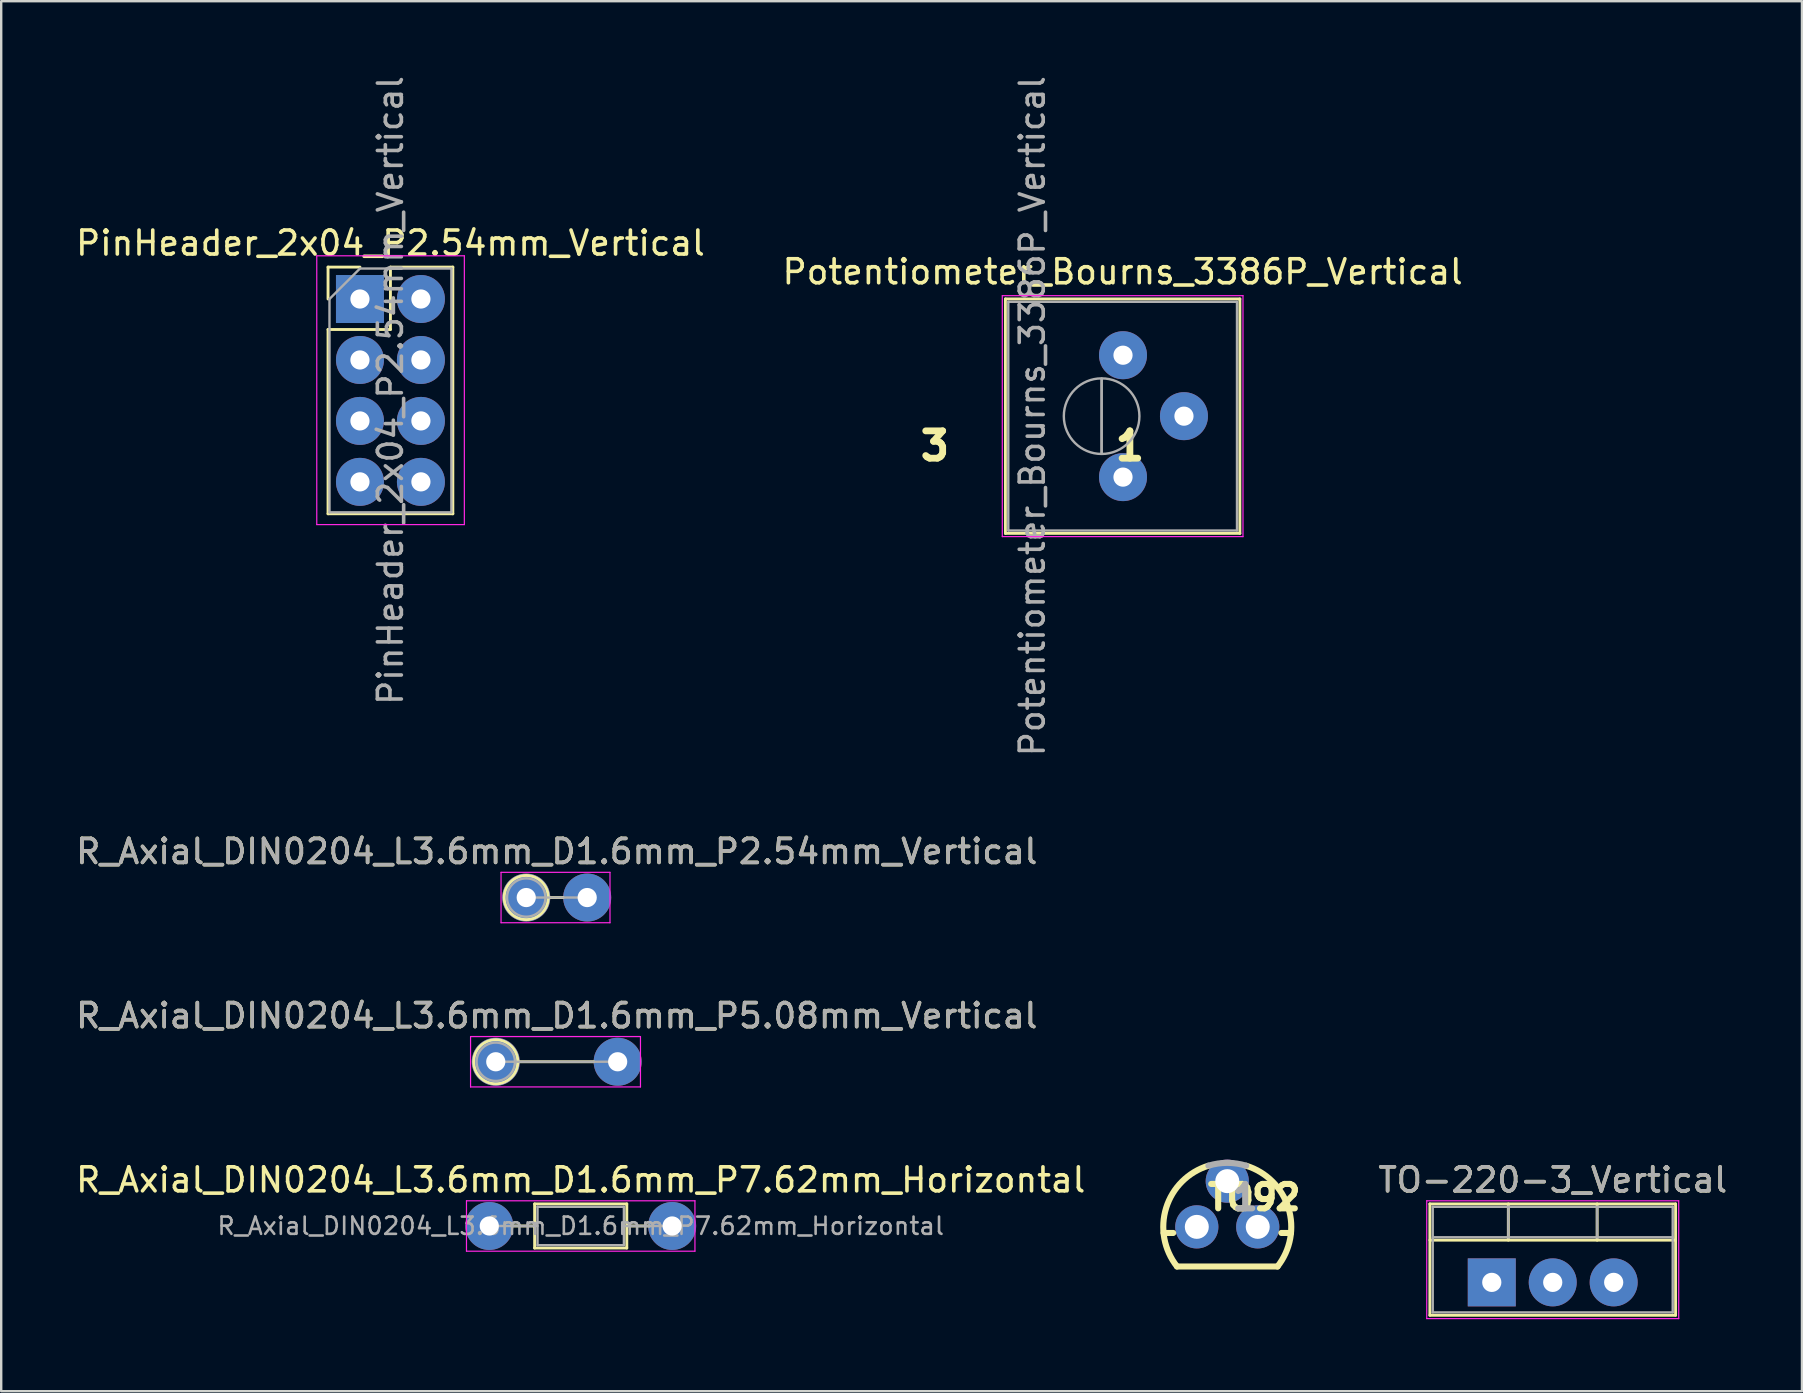
<source format=kicad_pcb>
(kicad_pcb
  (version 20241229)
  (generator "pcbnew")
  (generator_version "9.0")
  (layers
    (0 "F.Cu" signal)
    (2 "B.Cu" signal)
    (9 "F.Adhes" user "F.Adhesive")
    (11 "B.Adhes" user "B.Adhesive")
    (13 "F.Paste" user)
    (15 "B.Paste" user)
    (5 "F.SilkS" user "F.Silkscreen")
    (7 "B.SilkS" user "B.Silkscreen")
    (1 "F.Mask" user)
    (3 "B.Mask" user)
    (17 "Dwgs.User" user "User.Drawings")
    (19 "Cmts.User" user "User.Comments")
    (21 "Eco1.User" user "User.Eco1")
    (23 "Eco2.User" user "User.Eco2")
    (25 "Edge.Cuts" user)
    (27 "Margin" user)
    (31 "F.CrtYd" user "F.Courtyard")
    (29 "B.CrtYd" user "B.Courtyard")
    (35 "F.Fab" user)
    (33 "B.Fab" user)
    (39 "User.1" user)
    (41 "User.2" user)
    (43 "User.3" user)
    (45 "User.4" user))
  (footprint "R_Axial_DIN0204_L3.6mm_D1.6mm_P5.08mm_Vertical"
    (layer "F.Cu")
    (at 17.609 41.195)
    (property "Reference" "R_Axial_DIN0204_L3.6mm_D1.6mm_P5.08mm_Vertical" (at 2.54 -1.92 0) (layer "F.SilkS") (effects (font (size 1 1) (thickness 0.15))))
    (attr through_hole)
    (fp_line (start 0.92 0) (end 4.08 0) (stroke (width 0.12) (type solid)) (layer "F.SilkS"))
    (fp_circle (center 0 0) (end 0.92 0) (stroke (width 0.12) (type solid)) (fill no) (layer "F.SilkS"))
    (fp_line (start -1.05 -1.05) (end -1.05 1.05) (stroke (width 0.05) (type solid)) (layer "F.CrtYd"))
    (fp_line (start -1.05 1.05) (end 6.03 1.05) (stroke (width 0.05) (type solid)) (layer "F.CrtYd"))
    (fp_line (start 6.03 -1.05) (end -1.05 -1.05) (stroke (width 0.05) (type solid)) (layer "F.CrtYd"))
    (fp_line (start 6.03 1.05) (end 6.03 -1.05) (stroke (width 0.05) (type solid)) (layer "F.CrtYd"))
    (fp_line (start 0 0) (end 5.08 0) (stroke (width 0.1) (type solid)) (layer "F.Fab"))
    (fp_circle (center 0 0) (end 0.8 0) (stroke (width 0.1) (type solid)) (fill no) (layer "F.Fab"))
    (fp_text user "${REFERENCE}" (at 2.54 -1.92 0) (layer "F.Fab") (effects (font (size 1 1) (thickness 0.15))))
    (pad "1" thru_hole circle (at 0 0) (size 2 2) (drill 0.8) (layers "*.Cu" "*.Mask"))
    (pad "2" thru_hole circle (at 5.08 0) (size 2 2) (drill 0.8) (layers "*.Cu" "*.Mask")))
  (footprint "R_Axial_DIN0204_L3.6mm_D1.6mm_P7.62mm_Horizontal"
    (layer "F.Cu")
    (at 17.339 48.038)
    (property "Reference" "R_Axial_DIN0204_L3.6mm_D1.6mm_P7.62mm_Horizontal" (at 3.81 -1.92 0) (layer "F.SilkS") (effects (font (size 1 1) (thickness 0.15))))
    (attr through_hole)
    (fp_line (start 0.94 0) (end 1.89 0) (stroke (width 0.12) (type solid)) (layer "F.SilkS"))
    (fp_line (start 1.89 -0.92) (end 1.89 0.92) (stroke (width 0.12) (type solid)) (layer "F.SilkS"))
    (fp_line (start 1.89 0.92) (end 5.73 0.92) (stroke (width 0.12) (type solid)) (layer "F.SilkS"))
    (fp_line (start 5.73 -0.92) (end 1.89 -0.92) (stroke (width 0.12) (type solid)) (layer "F.SilkS"))
    (fp_line (start 5.73 0.92) (end 5.73 -0.92) (stroke (width 0.12) (type solid)) (layer "F.SilkS"))
    (fp_line (start 6.68 0) (end 5.73 0) (stroke (width 0.12) (type solid)) (layer "F.SilkS"))
    (fp_line (start -0.95 -1.05) (end -0.95 1.05) (stroke (width 0.05) (type solid)) (layer "F.CrtYd"))
    (fp_line (start -0.95 1.05) (end 8.57 1.05) (stroke (width 0.05) (type solid)) (layer "F.CrtYd"))
    (fp_line (start 8.57 -1.05) (end -0.95 -1.05) (stroke (width 0.05) (type solid)) (layer "F.CrtYd"))
    (fp_line (start 8.57 1.05) (end 8.57 -1.05) (stroke (width 0.05) (type solid)) (layer "F.CrtYd"))
    (fp_line (start 0 0) (end 2.01 0) (stroke (width 0.1) (type solid)) (layer "F.Fab"))
    (fp_line (start 2.01 -0.8) (end 2.01 0.8) (stroke (width 0.1) (type solid)) (layer "F.Fab"))
    (fp_line (start 2.01 0.8) (end 5.61 0.8) (stroke (width 0.1) (type solid)) (layer "F.Fab"))
    (fp_line (start 5.61 -0.8) (end 2.01 -0.8) (stroke (width 0.1) (type solid)) (layer "F.Fab"))
    (fp_line (start 5.61 0.8) (end 5.61 -0.8) (stroke (width 0.1) (type solid)) (layer "F.Fab"))
    (fp_line (start 7.62 0) (end 5.61 0) (stroke (width 0.1) (type solid)) (layer "F.Fab"))
    (fp_text user "${REFERENCE}" (at 3.81 0 0) (layer "F.Fab") (effects (font (size 0.72 0.72) (thickness 0.108))))
    (pad "1" thru_hole circle (at 0 0) (size 2 2) (drill 0.8) (layers "*.Cu" "*.Mask"))
    (pad "2" thru_hole circle (at 7.62 0) (size 2 2) (drill 0.8) (layers "*.Cu" "*.Mask")))
  (footprint "TO-220-3_Vertical"
    (layer "F.Cu")
    (at 59.114 50.388)
    (property "Reference" "TO-220-3_Vertical" (at 2.54 -4.27 0) (layer "F.SilkS") (effects (font (size 1 1) (thickness 0.15))))
    (attr through_hole)
    (fp_line (start -2.58 -3.27) (end -2.58 1.371) (stroke (width 0.12) (type solid)) (layer "F.SilkS"))
    (fp_line (start -2.58 -3.27) (end 7.66 -3.27) (stroke (width 0.12) (type solid)) (layer "F.SilkS"))
    (fp_line (start -2.58 -1.76) (end 7.66 -1.76) (stroke (width 0.12) (type solid)) (layer "F.SilkS"))
    (fp_line (start -2.58 1.371) (end 7.66 1.371) (stroke (width 0.12) (type solid)) (layer "F.SilkS"))
    (fp_line (start 0.69 -3.27) (end 0.69 -1.76) (stroke (width 0.12) (type solid)) (layer "F.SilkS"))
    (fp_line (start 4.391 -3.27) (end 4.391 -1.76) (stroke (width 0.12) (type solid)) (layer "F.SilkS"))
    (fp_line (start 7.66 -3.27) (end 7.66 1.371) (stroke (width 0.12) (type solid)) (layer "F.SilkS"))
    (fp_line (start -2.71 -3.4) (end -2.71 1.51) (stroke (width 0.05) (type solid)) (layer "F.CrtYd"))
    (fp_line (start -2.71 1.51) (end 7.79 1.51) (stroke (width 0.05) (type solid)) (layer "F.CrtYd"))
    (fp_line (start 7.79 -3.4) (end -2.71 -3.4) (stroke (width 0.05) (type solid)) (layer "F.CrtYd"))
    (fp_line (start 7.79 1.51) (end 7.79 -3.4) (stroke (width 0.05) (type solid)) (layer "F.CrtYd"))
    (fp_line (start -2.46 -3.15) (end -2.46 1.25) (stroke (width 0.1) (type solid)) (layer "F.Fab"))
    (fp_line (start -2.46 -1.88) (end 7.54 -1.88) (stroke (width 0.1) (type solid)) (layer "F.Fab"))
    (fp_line (start -2.46 1.25) (end 7.54 1.25) (stroke (width 0.1) (type solid)) (layer "F.Fab"))
    (fp_line (start 0.69 -3.15) (end 0.69 -1.88) (stroke (width 0.1) (type solid)) (layer "F.Fab"))
    (fp_line (start 4.39 -3.15) (end 4.39 -1.88) (stroke (width 0.1) (type solid)) (layer "F.Fab"))
    (fp_line (start 7.54 -3.15) (end -2.46 -3.15) (stroke (width 0.1) (type solid)) (layer "F.Fab"))
    (fp_line (start 7.54 1.25) (end 7.54 -3.15) (stroke (width 0.1) (type solid)) (layer "F.Fab"))
    (fp_text user "${REFERENCE}" (at 2.54 -4.27 0) (layer "F.Fab") (effects (font (size 1 1) (thickness 0.15))))
    (pad "1" thru_hole rect (at 0 0) (size 2 2) (drill 0.8) (layers "*.Cu" "*.Mask"))
    (pad "2" thru_hole circle (at 2.54 0) (size 2 2) (drill 0.8) (layers "*.Cu" "*.Mask"))
    (pad "3" thru_hole circle (at 5.08 0) (size 2 2) (drill 0.8) (layers "*.Cu" "*.Mask")))
  (footprint "Potentiometer_Bourns_3386P_Vertical"
    (layer "F.Cu")
    (at 43.747 16.832)
    (property "Reference" "Potentiometer_Bourns_3386P_Vertical" (at -0.015 -8.555 0) (layer "F.SilkS") (effects (font (size 1 1) (thickness 0.15))))
    (attr through_hole)
    (fp_line (start -4.9 -7.425) (end -4.9 2.345) (stroke (width 0.12) (type solid)) (layer "F.SilkS"))
    (fp_line (start -4.9 -7.425) (end 4.87 -7.425) (stroke (width 0.12) (type solid)) (layer "F.SilkS"))
    (fp_line (start -4.9 2.345) (end 4.87 2.345) (stroke (width 0.12) (type solid)) (layer "F.SilkS"))
    (fp_line (start 4.87 -7.425) (end 4.87 2.345) (stroke (width 0.12) (type solid)) (layer "F.SilkS"))
    (fp_line (start -5.03 -7.56) (end -5.03 2.48) (stroke (width 0.05) (type solid)) (layer "F.CrtYd"))
    (fp_line (start -5.03 2.48) (end 5 2.48) (stroke (width 0.05) (type solid)) (layer "F.CrtYd"))
    (fp_line (start 5 -7.56) (end -5.03 -7.56) (stroke (width 0.05) (type solid)) (layer "F.CrtYd"))
    (fp_line (start 5 2.48) (end 5 -7.56) (stroke (width 0.05) (type solid)) (layer "F.CrtYd"))
    (fp_line (start -4.78 -7.305) (end -4.78 2.225) (stroke (width 0.1) (type solid)) (layer "F.Fab"))
    (fp_line (start -4.78 2.225) (end 4.75 2.225) (stroke (width 0.1) (type solid)) (layer "F.Fab"))
    (fp_line (start -0.891 -0.98) (end -0.89 -4.099) (stroke (width 0.1) (type solid)) (layer "F.Fab"))
    (fp_line (start -0.891 -0.98) (end -0.89 -4.099) (stroke (width 0.1) (type solid)) (layer "F.Fab"))
    (fp_line (start 4.75 -7.305) (end -4.78 -7.305) (stroke (width 0.1) (type solid)) (layer "F.Fab"))
    (fp_line (start 4.75 2.225) (end 4.75 -7.305) (stroke (width 0.1) (type solid)) (layer "F.Fab"))
    (fp_circle (center -0.891 -2.54) (end 0.684 -2.54) (stroke (width 0.1) (type solid)) (fill no) (layer "F.Fab"))
    (fp_text user "3" (at -7.112 -0.635 180) (layer "F.SilkS") (effects (font (size 1.138 1.138) (thickness 0.284)) (justify right bottom)))
    (fp_text user "1" (at 1.016 -0.635 180) (layer "F.SilkS") (effects (font (size 1.138 1.138) (thickness 0.284)) (justify right bottom)))
    (fp_text user "${REFERENCE}" (at -3.78 -2.54 90) (layer "F.Fab") (effects (font (size 1 1) (thickness 0.15))))
    (pad "1" thru_hole circle (at 0 0) (size 2 2) (drill 0.8) (layers "*.Cu" "*.Mask"))
    (pad "2" thru_hole circle (at 2.54 -2.54) (size 2 2) (drill 0.8) (layers "*.Cu" "*.Mask"))
    (pad "3" thru_hole circle (at 0 -5.08) (size 2 2) (drill 0.8) (layers "*.Cu" "*.Mask")))
  (footprint "TO92"
    (layer "F.Cu")
    (at 48.092 48.075)
    (property "Reference" "TO92" (at 3.175 -0.635 180) (layer "F.SilkS") (effects (font (size 1.016 1.016) (thickness 0.254)) (justify right bottom)))
    (fp_line (start -2.655 0.254) (end -2.254 0.254) (stroke (width 0.254) (type solid)) (layer "F.SilkS"))
    (fp_line (start -2.095 1.651) (end 2.095 1.651) (stroke (width 0.254) (type solid)) (layer "F.SilkS"))
    (fp_line (start 2.254 0.254) (end 2.655 0.254) (stroke (width 0.254) (type solid)) (layer "F.SilkS"))
    (fp_arc (start -2.0946 1.651) (mid -2.54634 -0.793276) (end -0.786301 -2.548501) (stroke (width 0.254) (type solid)) (layer "F.SilkS"))
    (fp_arc (start 0.7863 -2.5484) (mid 2.54627 -0.793202) (end 2.0945 1.650999) (stroke (width 0.254) (type solid)) (layer "F.SilkS"))
    (fp_arc (start -0.7863 -2.5485) (mid 0 -2.667043) (end 0.7863 -2.5485) (stroke (width 0.254) (type solid)) (layer "F.Fab"))
    (fp_text user "1" (at 1.397 -0.635 180) (layer "F.Fab") (effects (font (size 1.016 1.016) (thickness 0.254)) (justify right bottom)))
    (pad "1" thru_hole circle (at 1.27 0) (size 1.8 1.8) (drill 1) (layers "*.Cu" "*.Mask"))
    (pad "2" thru_hole circle (at 0 -1.905) (size 1.8 1.8) (drill 1) (layers "*.Cu" "*.Mask"))
    (pad "3" thru_hole circle (at -1.27 0) (size 1.8 1.8) (drill 1) (layers "*.Cu" "*.Mask")))
  (footprint "PinHeader_2x04_P2.54mm_Vertical"
    (layer "F.Cu")
    (at 11.95 9.41)
    (property "Reference" "PinHeader_2x04_P2.54mm_Vertical" (at 1.27 -2.33 0) (layer "F.SilkS") (effects (font (size 1 1) (thickness 0.15))))
    (attr through_hole)
    (fp_line (start -1.33 -1.33) (end 0 -1.33) (stroke (width 0.12) (type solid)) (layer "F.SilkS"))
    (fp_line (start -1.33 0) (end -1.33 -1.33) (stroke (width 0.12) (type solid)) (layer "F.SilkS"))
    (fp_line (start -1.33 1.27) (end -1.33 8.95) (stroke (width 0.12) (type solid)) (layer "F.SilkS"))
    (fp_line (start -1.33 1.27) (end 1.27 1.27) (stroke (width 0.12) (type solid)) (layer "F.SilkS"))
    (fp_line (start -1.33 8.95) (end 3.87 8.95) (stroke (width 0.12) (type solid)) (layer "F.SilkS"))
    (fp_line (start 1.27 -1.33) (end 3.87 -1.33) (stroke (width 0.12) (type solid)) (layer "F.SilkS"))
    (fp_line (start 1.27 1.27) (end 1.27 -1.33) (stroke (width 0.12) (type solid)) (layer "F.SilkS"))
    (fp_line (start 3.87 -1.33) (end 3.87 8.95) (stroke (width 0.12) (type solid)) (layer "F.SilkS"))
    (fp_line (start -1.8 -1.8) (end -1.8 9.4) (stroke (width 0.05) (type solid)) (layer "F.CrtYd"))
    (fp_line (start -1.8 9.4) (end 4.35 9.4) (stroke (width 0.05) (type solid)) (layer "F.CrtYd"))
    (fp_line (start 4.35 -1.8) (end -1.8 -1.8) (stroke (width 0.05) (type solid)) (layer "F.CrtYd"))
    (fp_line (start 4.35 9.4) (end 4.35 -1.8) (stroke (width 0.05) (type solid)) (layer "F.CrtYd"))
    (fp_line (start -1.27 0) (end 0 -1.27) (stroke (width 0.1) (type solid)) (layer "F.Fab"))
    (fp_line (start -1.27 8.89) (end -1.27 0) (stroke (width 0.1) (type solid)) (layer "F.Fab"))
    (fp_line (start 0 -1.27) (end 3.81 -1.27) (stroke (width 0.1) (type solid)) (layer "F.Fab"))
    (fp_line (start 3.81 -1.27) (end 3.81 8.89) (stroke (width 0.1) (type solid)) (layer "F.Fab"))
    (fp_line (start 3.81 8.89) (end -1.27 8.89) (stroke (width 0.1) (type solid)) (layer "F.Fab"))
    (fp_text user "${REFERENCE}" (at 1.27 3.81 90) (layer "F.Fab") (effects (font (size 1 1) (thickness 0.15))))
    (pad "1" thru_hole rect (at 0 0) (size 2 2) (drill 0.8) (layers "*.Cu" "*.Mask"))
    (pad "2" thru_hole circle (at 2.54 0) (size 2 2) (drill 0.8) (layers "*.Cu" "*.Mask"))
    (pad "3" thru_hole circle (at 0 2.54) (size 2 2) (drill 0.8) (layers "*.Cu" "*.Mask"))
    (pad "4" thru_hole circle (at 2.54 2.54) (size 2 2) (drill 0.8) (layers "*.Cu" "*.Mask"))
    (pad "5" thru_hole circle (at 0 5.08) (size 2 2) (drill 0.8) (layers "*.Cu" "*.Mask"))
    (pad "6" thru_hole circle (at 2.54 5.08) (size 2 2) (drill 0.8) (layers "*.Cu" "*.Mask"))
    (pad "7" thru_hole circle (at 0 7.62) (size 2 2) (drill 0.8) (layers "*.Cu" "*.Mask"))
    (pad "8" thru_hole circle (at 2.54 7.62) (size 2 2) (drill 0.8) (layers "*.Cu" "*.Mask")))
  (footprint "R_Axial_DIN0204_L3.6mm_D1.6mm_P2.54mm_Vertical"
    (layer "F.Cu")
    (at 18.879 34.352)
    (property "Reference" "R_Axial_DIN0204_L3.6mm_D1.6mm_P2.54mm_Vertical" (at 1.27 -1.92 0) (layer "F.SilkS") (effects (font (size 1 1) (thickness 0.15))))
    (attr through_hole)
    (fp_line (start 0.92 0) (end 1.54 0) (stroke (width 0.12) (type solid)) (layer "F.SilkS"))
    (fp_circle (center 0 0) (end 0.92 0) (stroke (width 0.12) (type solid)) (fill no) (layer "F.SilkS"))
    (fp_line (start -1.05 -1.05) (end -1.05 1.05) (stroke (width 0.05) (type solid)) (layer "F.CrtYd"))
    (fp_line (start -1.05 1.05) (end 3.49 1.05) (stroke (width 0.05) (type solid)) (layer "F.CrtYd"))
    (fp_line (start 3.49 -1.05) (end -1.05 -1.05) (stroke (width 0.05) (type solid)) (layer "F.CrtYd"))
    (fp_line (start 3.49 1.05) (end 3.49 -1.05) (stroke (width 0.05) (type solid)) (layer "F.CrtYd"))
    (fp_line (start 0 0) (end 2.54 0) (stroke (width 0.1) (type solid)) (layer "F.Fab"))
    (fp_circle (center 0 0) (end 0.8 0) (stroke (width 0.1) (type solid)) (fill no) (layer "F.Fab"))
    (fp_text user "${REFERENCE}" (at 1.27 -1.92 0) (layer "F.Fab") (effects (font (size 1 1) (thickness 0.15))))
    (pad "1" thru_hole circle (at 0 0) (size 2 2) (drill 0.8) (layers "*.Cu" "*.Mask"))
    (pad "2" thru_hole circle (at 2.54 0) (size 2 2) (drill 0.8) (layers "*.Cu" "*.Mask")))
  (gr_rect
    (start -3 -3)
    (end 72.04 54.923)
    (stroke (width 0.1) (type default))
    (fill no)
    (layer "Edge.Cuts")))
</source>
